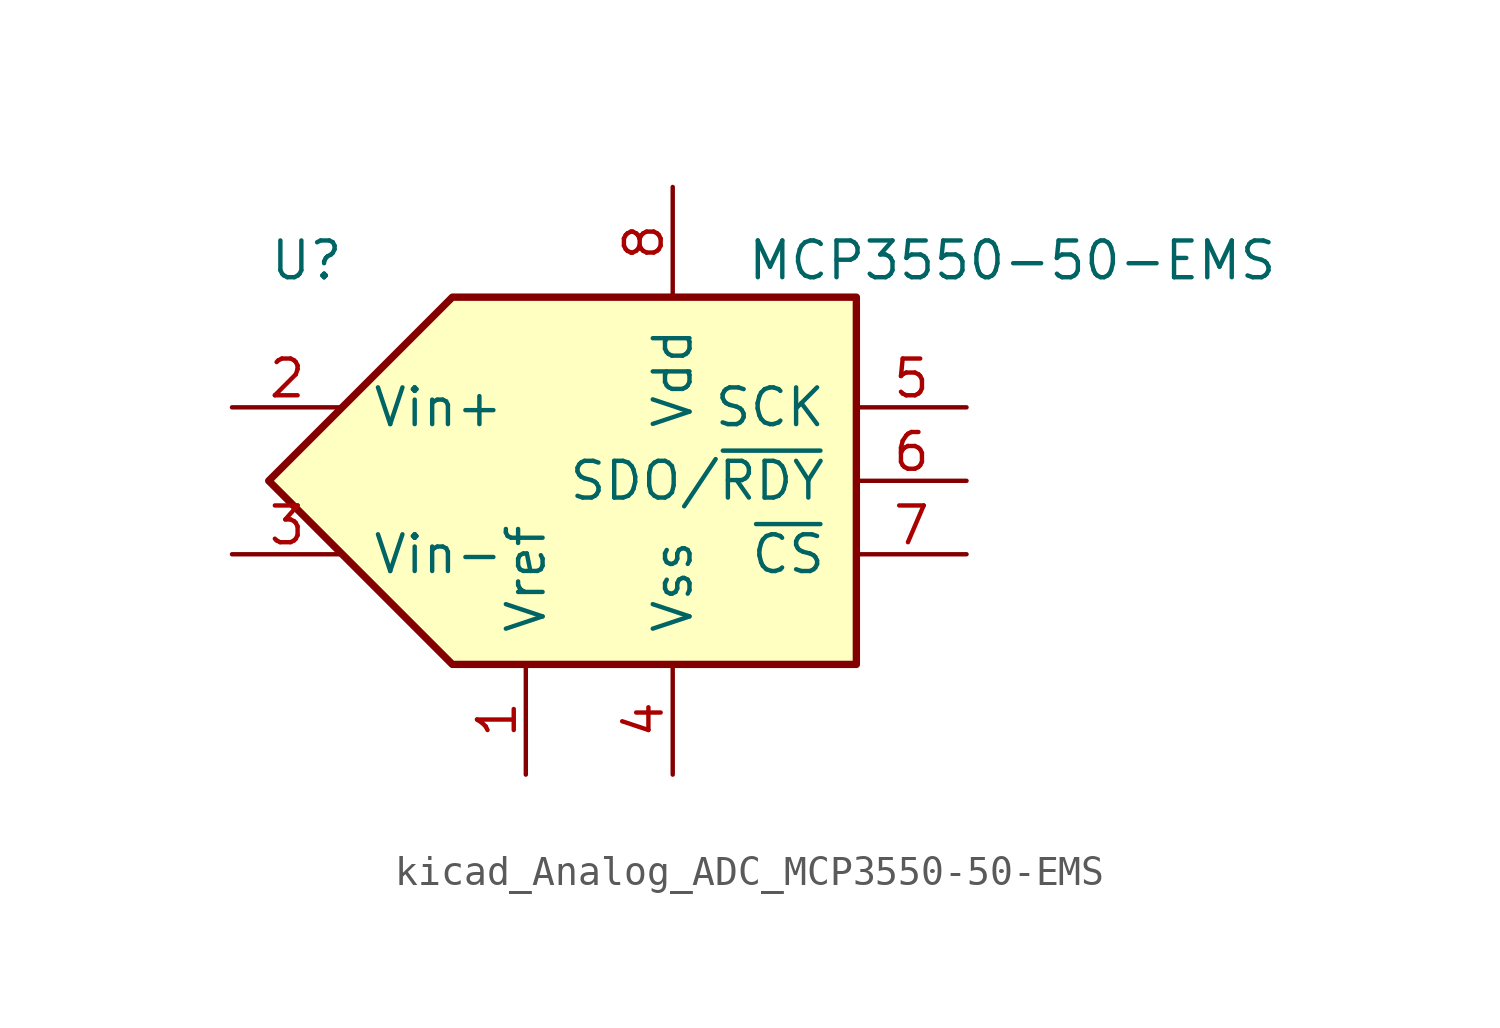
<source format=kicad_sym>
(kicad_symbol_lib
  (version 20220914)
  (generator kicad_symbol_editor)
  (symbol "kicad_Analog_ADC_MCP3550-50-EMS"
    (pin_names
      (offset 1.016))
    (property "Reference" "U"
      (at -11.43 7.62 0)
      (effects (font (size 1.27 1.27)) (justify left)))
    (property "Value" "MCP3550-50-EMS"
      (at 5.08 7.62 0)
      (effects (font (size 1.27 1.27)) (justify left)))
    (symbol "kicad_Analog_ADC_MCP3550-50-EMS_0_1"
      (polyline (pts (xy -5.08 6.35) (xy 8.89 6.35) (xy 8.89 0) (xy 8.89 -6.35) (xy -5.08 -6.35) (xy -11.43 0) (xy -5.08 6.35)) (stroke (width 0.254) (type default)) (fill (type background))))
    (symbol "kicad_Analog_ADC_MCP3550-50-EMS_1_1"
      (pin input line (at -2.54 -10.16 90) (length 3.81) (name "Vref" (effects (font (size 1.27 1.27)))) (number "1" (effects (font (size 1.27 1.27)))))
      (pin passive line (at -12.7 2.54 0) (length 3.81) (name "Vin+" (effects (font (size 1.27 1.27)))) (number "2" (effects (font (size 1.27 1.27)))))
      (pin passive line (at -12.7 -2.54 0) (length 3.81) (name "Vin-" (effects (font (size 1.27 1.27)))) (number "3" (effects (font (size 1.27 1.27)))))
      (pin power_in line (at 2.54 -10.16 90) (length 3.81) (name "Vss" (effects (font (size 1.27 1.27)))) (number "4" (effects (font (size 1.27 1.27)))))
      (pin input line (at 12.7 2.54 180) (length 3.81) (name "SCK" (effects (font (size 1.27 1.27)))) (number "5" (effects (font (size 1.27 1.27)))))
      (pin output line (at 12.7 0 180) (length 3.81) (name "SDO/~{RDY}" (effects (font (size 1.27 1.27)))) (number "6" (effects (font (size 1.27 1.27)))))
      (pin input line (at 12.7 -2.54 180) (length 3.81) (name "~{CS}" (effects (font (size 1.27 1.27)))) (number "7" (effects (font (size 1.27 1.27)))))
      (pin power_in line (at 2.54 10.16 270) (length 3.81) (name "Vdd" (effects (font (size 1.27 1.27)))) (number "8" (effects (font (size 1.27 1.27))))))))
</source>
